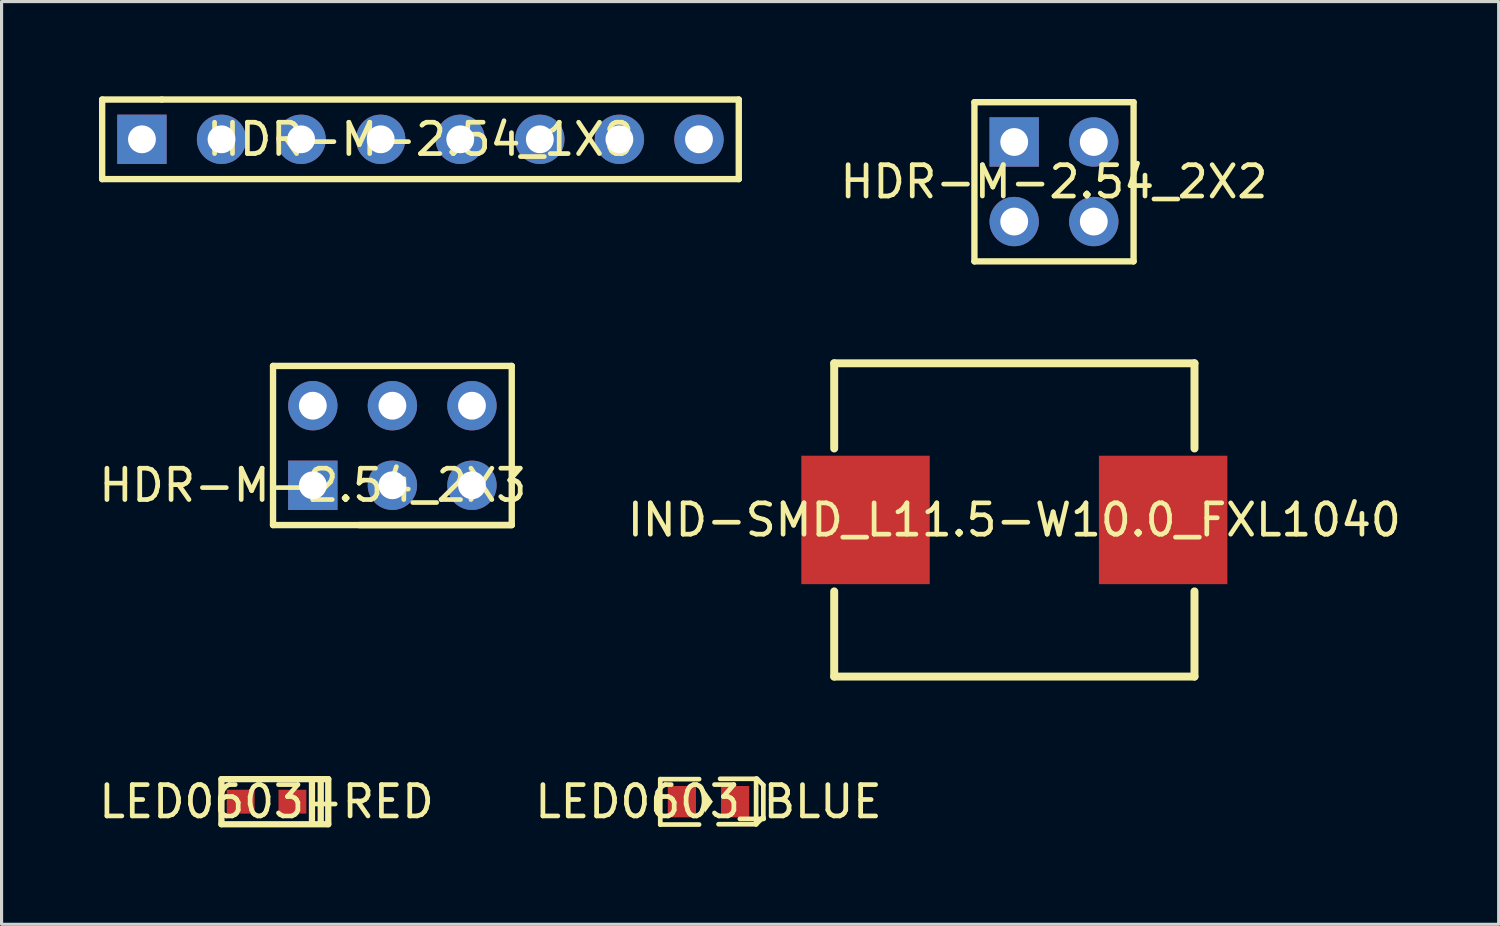
<source format=kicad_pcb>
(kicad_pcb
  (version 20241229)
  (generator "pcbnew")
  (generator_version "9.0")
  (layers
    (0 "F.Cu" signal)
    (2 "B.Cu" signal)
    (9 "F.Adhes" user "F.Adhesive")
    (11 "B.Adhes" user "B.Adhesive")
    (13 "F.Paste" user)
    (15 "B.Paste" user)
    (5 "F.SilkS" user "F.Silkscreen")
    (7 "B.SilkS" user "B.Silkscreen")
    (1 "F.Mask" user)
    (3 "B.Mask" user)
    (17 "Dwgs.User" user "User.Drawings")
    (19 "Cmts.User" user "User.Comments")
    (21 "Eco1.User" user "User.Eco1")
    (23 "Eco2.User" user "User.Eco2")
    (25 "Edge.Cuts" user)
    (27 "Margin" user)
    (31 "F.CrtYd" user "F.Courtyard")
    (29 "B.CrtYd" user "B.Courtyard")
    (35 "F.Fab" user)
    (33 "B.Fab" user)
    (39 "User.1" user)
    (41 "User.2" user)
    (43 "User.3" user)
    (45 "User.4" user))
  (footprint "IND-SMD_L11.5-W10.0_FXL1040"
    (layer "F.Cu")
    (at 29.327 13.546)
    (property "Reference" "IND-SMD_L11.5-W10.0_FXL1040" (at 0 0 0) (layer "F.SilkS") (effects (font (size 1 1) (thickness 0.15))))
    (fp_line (start -5.75 -5) (end -5.75 -2.281) (stroke (width 0.254) (type default)) (layer "F.SilkS"))
    (fp_line (start -5.75 -5) (end 5.75 -5) (stroke (width 0.254) (type default)) (layer "F.SilkS"))
    (fp_line (start -5.75 2.281) (end -5.75 5) (stroke (width 0.254) (type default)) (layer "F.SilkS"))
    (fp_line (start 5.75 -2.281) (end 5.75 -5) (stroke (width 0.254) (type default)) (layer "F.SilkS"))
    (fp_line (start 5.75 5) (end -5.75 5) (stroke (width 0.254) (type default)) (layer "F.SilkS"))
    (fp_line (start 5.75 5) (end 5.75 2.281) (stroke (width 0.254) (type default)) (layer "F.SilkS"))
    (fp_poly (pts (xy -5.75 1.5) (xy -5.75 -1.5) (xy -3.75 -1.5) (xy -3.75 1.5)) (stroke (width 0.1) (type default)) (fill no) (layer "User.1"))
    (fp_poly (pts (xy 3.75 1.5) (xy 3.75 -1.5) (xy 5.75 -1.5) (xy 5.75 1.5)) (stroke (width 0.1) (type default)) (fill no) (layer "User.1"))
    (fp_line (start -5.75 -5) (end 5.75 -5) (stroke (width 0.051) (type default)) (layer "User.2"))
    (fp_line (start -5.75 5) (end -5.75 -5) (stroke (width 0.051) (type default)) (layer "User.2"))
    (fp_line (start 5.75 -5) (end 5.75 5) (stroke (width 0.051) (type default)) (layer "User.2"))
    (fp_line (start 5.75 5) (end -5.75 5) (stroke (width 0.051) (type default)) (layer "User.2"))
    (fp_poly (pts (xy -5.65 5) (xy -5.669 4.941) (xy -5.719 4.905) (xy -5.781 4.905) (xy -5.831 4.941) (xy -5.85 5) (xy -5.831 5.059) (xy -5.781 5.095) (xy -5.719 5.095) (xy -5.669 5.059)) (stroke (width 0.1) (type default)) (fill no) (layer "User.3"))
    (pad "1" smd rect (at -4.75 0) (size 4.1 4.1) (layers "F.Cu" "F.Mask" "F.Paste"))
    (pad "2" smd rect (at 4.75 0) (size 4.1 4.1) (layers "F.Cu" "F.Mask" "F.Paste")))
  (footprint "LED0603-RED"
    (layer "F.Cu")
    (at 5.458 22.539)
    (property "Reference" "LED0603-RED" (at 0 0 0) (layer "F.SilkS") (effects (font (size 1 1) (thickness 0.15))))
    (fp_line (start -1.44 -0.72) (end 1.97 -0.72) (stroke (width 0.2) (type default)) (layer "F.SilkS"))
    (fp_line (start -1.44 0.72) (end -1.44 -0.72) (stroke (width 0.2) (type default)) (layer "F.SilkS"))
    (fp_line (start 1.45 -0.64) (end 1.45 0.69) (stroke (width 0.2) (type default)) (layer "F.SilkS"))
    (fp_line (start 1.73 -0.65) (end 1.73 0.68) (stroke (width 0.2) (type default)) (layer "F.SilkS"))
    (fp_line (start 1.97 -0.72) (end 1.97 0.72) (stroke (width 0.2) (type default)) (layer "F.SilkS"))
    (fp_line (start 1.97 0.72) (end -1.44 0.72) (stroke (width 0.2) (type default)) (layer "F.SilkS"))
    (pad "1" smd rect (at -0.826 0) (size 0.889 0.762) (layers "F.Cu" "F.Mask" "F.Paste"))
    (pad "2" smd rect (at 0.826 0) (size 0.889 0.762) (layers "F.Cu" "F.Mask" "F.Paste")))
  (footprint "LED0603_BLUE"
    (layer "F.Cu")
    (at 19.565 22.539)
    (property "Reference" "LED0603_BLUE" (at 0 0 0) (layer "F.SilkS") (effects (font (size 1 1) (thickness 0.15))))
    (fp_line (start -1.54 -0.72) (end -0.3 -0.72) (stroke (width 0.15) (type default)) (layer "F.SilkS"))
    (fp_line (start -1.54 0.73) (end -1.54 -0.72) (stroke (width 0.15) (type default)) (layer "F.SilkS"))
    (fp_line (start -0.3 0.73) (end -1.54 0.73) (stroke (width 0.15) (type default)) (layer "F.SilkS"))
    (fp_line (start 0.37 -0.73) (end 1.52 -0.73) (stroke (width 0.15) (type default)) (layer "F.SilkS"))
    (fp_line (start 1.52 -0.73) (end 1.52 0.72) (stroke (width 0.15) (type default)) (layer "F.SilkS"))
    (fp_line (start 1.52 -0.73) (end 1.55 -0.73) (stroke (width 0.15) (type default)) (layer "F.SilkS"))
    (fp_line (start 1.52 0.72) (end 0.32 0.72) (stroke (width 0.15) (type default)) (layer "F.SilkS"))
    (fp_line (start 1.55 -0.73) (end 1.75 -0.53) (stroke (width 0.15) (type default)) (layer "F.SilkS"))
    (fp_line (start 1.72 0.52) (end 1.52 0.72) (stroke (width 0.15) (type default)) (layer "F.SilkS"))
    (fp_line (start 1.75 -0.53) (end 1.75 0.49) (stroke (width 0.15) (type default)) (layer "F.SilkS"))
    (fp_line (start 1.75 0.49) (end 1.72 0.52) (stroke (width 0.15) (type default)) (layer "F.SilkS"))
    (fp_poly (pts (xy -0.11 -0.36) (xy -0.12 0.36) (xy 0.14 0)) (stroke (width 0) (type default)) (fill yes) (layer "F.SilkS"))
    (fp_poly (pts (xy -0.4 -0.5) (xy -0.4 0.5) (xy -1.3 0.5) (xy -1.3 -0.5)) (stroke (width 0.1) (type default)) (fill no) (layer "User.1"))
    (fp_poly (pts (xy 1.3 -0.5) (xy 1.3 0.5) (xy 0.4 0.5) (xy 0.4 -0.5)) (stroke (width 0.1) (type default)) (fill no) (layer "User.1"))
    (fp_line (start -1.615 -0.805) (end 1.825 -0.805) (stroke (width 0.051) (type default)) (layer "User.2"))
    (fp_line (start -1.615 0.805) (end -1.615 -0.805) (stroke (width 0.051) (type default)) (layer "User.2"))
    (fp_line (start 1.825 -0.805) (end 1.825 0.805) (stroke (width 0.051) (type default)) (layer "User.2"))
    (fp_line (start 1.825 0.805) (end -1.615 0.805) (stroke (width 0.051) (type default)) (layer "User.2"))
    (fp_poly (pts (xy -1.555 0.805) (xy -1.573 0.763) (xy -1.615 0.745) (xy -1.657 0.763) (xy -1.675 0.805) (xy -1.657 0.847) (xy -1.615 0.865) (xy -1.573 0.847)) (stroke (width 0.1) (type default)) (fill no) (layer "User.3"))
    (pad "1" smd rect (at -0.85 0 270) (size 1 0.9) (layers "F.Cu" "F.Mask" "F.Paste"))
    (pad "2" smd rect (at 0.85 0 270) (size 1 0.9) (layers "F.Cu" "F.Mask" "F.Paste")))
  (footprint "HDR-M-2.54_2X2"
    (layer "F.Cu")
    (at 30.593 2.752)
    (property "Reference" "HDR-M-2.54_2X2" (at 0 0 0) (layer "F.SilkS") (effects (font (size 1 1) (thickness 0.15))))
    (fp_line (start -2.54 -2.54) (end 2.54 -2.54) (stroke (width 0.203) (type default)) (layer "F.SilkS"))
    (fp_line (start -2.54 2.54) (end -2.54 -2.54) (stroke (width 0.203) (type default)) (layer "F.SilkS"))
    (fp_line (start 2.54 -2.54) (end 2.54 2.54) (stroke (width 0.203) (type default)) (layer "F.SilkS"))
    (fp_line (start 2.54 2.54) (end -2.54 2.54) (stroke (width 0.203) (type default)) (layer "F.SilkS"))
    (fp_poly (pts (xy -0.925 -1.27) (xy -0.946 -1.388) (xy -1.006 -1.491) (xy -1.098 -1.568) (xy -1.21 -1.609) (xy -1.33 -1.609) (xy -1.442 -1.568) (xy -1.534 -1.491) (xy -1.594 -1.388) (xy -1.615 -1.27) (xy -1.594 -1.152) (xy -1.534 -1.049) (xy -1.442 -0.972) (xy -1.33 -0.931) (xy -1.21 -0.931) (xy -1.098 -0.972) (xy -1.006 -1.049) (xy -0.946 -1.152)) (stroke (width 0.1) (type default)) (fill no) (layer "User.1"))
    (fp_poly (pts (xy -0.925 1.27) (xy -0.946 1.152) (xy -1.006 1.049) (xy -1.098 0.972) (xy -1.21 0.931) (xy -1.33 0.931) (xy -1.442 0.972) (xy -1.534 1.049) (xy -1.594 1.152) (xy -1.615 1.27) (xy -1.594 1.388) (xy -1.534 1.491) (xy -1.442 1.568) (xy -1.33 1.609) (xy -1.21 1.609) (xy -1.098 1.568) (xy -1.006 1.491) (xy -0.946 1.388)) (stroke (width 0.1) (type default)) (fill no) (layer "User.1"))
    (fp_poly (pts (xy 1.615 -1.27) (xy 1.594 -1.388) (xy 1.534 -1.491) (xy 1.442 -1.568) (xy 1.33 -1.609) (xy 1.21 -1.609) (xy 1.098 -1.568) (xy 1.006 -1.491) (xy 0.946 -1.388) (xy 0.925 -1.27) (xy 0.946 -1.152) (xy 1.006 -1.049) (xy 1.098 -0.972) (xy 1.21 -0.931) (xy 1.33 -0.931) (xy 1.442 -0.972) (xy 1.534 -1.049) (xy 1.594 -1.152)) (stroke (width 0.1) (type default)) (fill no) (layer "User.1"))
    (fp_poly (pts (xy 1.615 1.27) (xy 1.594 1.152) (xy 1.534 1.049) (xy 1.442 0.972) (xy 1.33 0.931) (xy 1.21 0.931) (xy 1.098 0.972) (xy 1.006 1.049) (xy 0.946 1.152) (xy 0.925 1.27) (xy 0.946 1.388) (xy 1.006 1.491) (xy 1.098 1.568) (xy 1.21 1.609) (xy 1.33 1.609) (xy 1.442 1.568) (xy 1.534 1.491) (xy 1.594 1.388)) (stroke (width 0.1) (type default)) (fill no) (layer "User.1"))
    (fp_line (start -2.642 -2.642) (end 2.642 -2.642) (stroke (width 0.051) (type default)) (layer "User.2"))
    (fp_line (start -2.642 2.642) (end -2.642 -2.642) (stroke (width 0.051) (type default)) (layer "User.2"))
    (fp_line (start 2.642 -2.642) (end 2.642 2.642) (stroke (width 0.051) (type default)) (layer "User.2"))
    (fp_line (start 2.642 2.642) (end -2.642 2.642) (stroke (width 0.051) (type default)) (layer "User.2"))
    (fp_poly (pts (xy -2.582 -2.642) (xy -2.599 -2.684) (xy -2.642 -2.701) (xy -2.684 -2.684) (xy -2.701 -2.642) (xy -2.684 -2.599) (xy -2.642 -2.582) (xy -2.599 -2.599)) (stroke (width 0.1) (type default)) (fill no) (layer "User.3"))
    (pad "1" thru_hole rect (at -1.27 -1.27 270) (size 1.575 1.575) (drill 0.889) (layers "*.Cu" "*.Mask"))
    (pad "2" thru_hole circle (at 1.27 -1.27 270) (size 1.575 1.575) (drill 0.889) (layers "*.Cu" "*.Mask"))
    (pad "3" thru_hole circle (at -1.27 1.27 270) (size 1.575 1.575) (drill 0.889) (layers "*.Cu" "*.Mask"))
    (pad "4" thru_hole circle (at 1.27 1.27 270) (size 1.575 1.575) (drill 0.889) (layers "*.Cu" "*.Mask")))
  (footprint "HDR-M-2.54_1X8"
    (layer "F.Cu")
    (at 10.371 1.397)
    (property "Reference" "HDR-M-2.54_1X8" (at 0 0 0) (layer "F.SilkS") (effects (font (size 1 1) (thickness 0.15))))
    (fp_line (start -10.16 -1.27) (end -8.255 -1.27) (stroke (width 0.203) (type default)) (layer "F.SilkS"))
    (fp_line (start -10.16 1.27) (end -10.16 -1.27) (stroke (width 0.203) (type default)) (layer "F.SilkS"))
    (fp_line (start 10.16 -1.27) (end -8.255 -1.27) (stroke (width 0.203) (type default)) (layer "F.SilkS"))
    (fp_line (start 10.16 -1.27) (end 10.16 1.27) (stroke (width 0.203) (type default)) (layer "F.SilkS"))
    (fp_line (start 10.16 1.27) (end -10.16 1.27) (stroke (width 0.203) (type default)) (layer "F.SilkS"))
    (fp_poly (pts (xy -8.546 0) (xy -8.566 -0.118) (xy -8.626 -0.221) (xy -8.718 -0.298) (xy -8.83 -0.339) (xy -8.95 -0.339) (xy -9.062 -0.298) (xy -9.154 -0.221) (xy -9.214 -0.118) (xy -9.235 0) (xy -9.214 0.118) (xy -9.154 0.221) (xy -9.062 0.298) (xy -8.95 0.339) (xy -8.83 0.339) (xy -8.718 0.298) (xy -8.626 0.221) (xy -8.566 0.118)) (stroke (width 0.1) (type default)) (fill no) (layer "User.1"))
    (fp_poly (pts (xy -6.005 0) (xy -6.026 -0.118) (xy -6.086 -0.221) (xy -6.178 -0.298) (xy -6.29 -0.339) (xy -6.41 -0.339) (xy -6.522 -0.298) (xy -6.614 -0.221) (xy -6.674 -0.118) (xy -6.694 0) (xy -6.674 0.118) (xy -6.614 0.221) (xy -6.522 0.298) (xy -6.41 0.339) (xy -6.29 0.339) (xy -6.178 0.298) (xy -6.086 0.221) (xy -6.026 0.118)) (stroke (width 0.1) (type default)) (fill no) (layer "User.1"))
    (fp_poly (pts (xy -3.466 0) (xy -3.486 -0.118) (xy -3.546 -0.221) (xy -3.638 -0.298) (xy -3.75 -0.339) (xy -3.87 -0.339) (xy -3.982 -0.298) (xy -4.074 -0.221) (xy -4.134 -0.118) (xy -4.154 0) (xy -4.134 0.118) (xy -4.074 0.221) (xy -3.982 0.298) (xy -3.87 0.339) (xy -3.75 0.339) (xy -3.638 0.298) (xy -3.546 0.221) (xy -3.486 0.118)) (stroke (width 0.1) (type default)) (fill no) (layer "User.1"))
    (fp_poly (pts (xy -0.925 0) (xy -0.946 -0.118) (xy -1.006 -0.221) (xy -1.098 -0.298) (xy -1.21 -0.339) (xy -1.33 -0.339) (xy -1.442 -0.298) (xy -1.534 -0.221) (xy -1.594 -0.118) (xy -1.615 0) (xy -1.594 0.118) (xy -1.534 0.221) (xy -1.442 0.298) (xy -1.33 0.339) (xy -1.21 0.339) (xy -1.098 0.298) (xy -1.006 0.221) (xy -0.946 0.118)) (stroke (width 0.1) (type default)) (fill no) (layer "User.1"))
    (fp_poly (pts (xy 1.615 0) (xy 1.594 -0.118) (xy 1.534 -0.221) (xy 1.442 -0.298) (xy 1.33 -0.339) (xy 1.21 -0.339) (xy 1.098 -0.298) (xy 1.006 -0.221) (xy 0.946 -0.118) (xy 0.925 0) (xy 0.946 0.118) (xy 1.006 0.221) (xy 1.098 0.298) (xy 1.21 0.339) (xy 1.33 0.339) (xy 1.442 0.298) (xy 1.534 0.221) (xy 1.594 0.118)) (stroke (width 0.1) (type default)) (fill no) (layer "User.1"))
    (fp_poly (pts (xy 4.154 0) (xy 4.134 -0.118) (xy 4.074 -0.221) (xy 3.982 -0.298) (xy 3.87 -0.339) (xy 3.75 -0.339) (xy 3.638 -0.298) (xy 3.546 -0.221) (xy 3.486 -0.118) (xy 3.466 0) (xy 3.486 0.118) (xy 3.546 0.221) (xy 3.638 0.298) (xy 3.75 0.339) (xy 3.87 0.339) (xy 3.982 0.298) (xy 4.074 0.221) (xy 4.134 0.118)) (stroke (width 0.1) (type default)) (fill no) (layer "User.1"))
    (fp_poly (pts (xy 6.694 0) (xy 6.674 -0.118) (xy 6.614 -0.221) (xy 6.522 -0.298) (xy 6.41 -0.339) (xy 6.29 -0.339) (xy 6.178 -0.298) (xy 6.086 -0.221) (xy 6.026 -0.118) (xy 6.005 0) (xy 6.026 0.118) (xy 6.086 0.221) (xy 6.178 0.298) (xy 6.29 0.339) (xy 6.41 0.339) (xy 6.522 0.298) (xy 6.614 0.221) (xy 6.674 0.118)) (stroke (width 0.1) (type default)) (fill no) (layer "User.1"))
    (fp_poly (pts (xy 9.235 0) (xy 9.214 -0.118) (xy 9.154 -0.221) (xy 9.062 -0.298) (xy 8.95 -0.339) (xy 8.83 -0.339) (xy 8.718 -0.298) (xy 8.626 -0.221) (xy 8.566 -0.118) (xy 8.546 0) (xy 8.566 0.118) (xy 8.626 0.221) (xy 8.718 0.298) (xy 8.83 0.339) (xy 8.95 0.339) (xy 9.062 0.298) (xy 9.154 0.221) (xy 9.214 0.118)) (stroke (width 0.1) (type default)) (fill no) (layer "User.1"))
    (fp_line (start -10.261 -1.371) (end 10.261 -1.371) (stroke (width 0.051) (type default)) (layer "User.2"))
    (fp_line (start -10.261 1.371) (end -10.261 -1.371) (stroke (width 0.051) (type default)) (layer "User.2"))
    (fp_line (start 10.261 -1.371) (end 10.261 1.371) (stroke (width 0.051) (type default)) (layer "User.2"))
    (fp_line (start 10.261 1.371) (end -10.261 1.371) (stroke (width 0.051) (type default)) (layer "User.2"))
    (fp_poly (pts (xy -10.201 1.371) (xy -10.219 1.329) (xy -10.261 1.312) (xy -10.304 1.329) (xy -10.322 1.371) (xy -10.304 1.414) (xy -10.261 1.431) (xy -10.219 1.414)) (stroke (width 0.1) (type default)) (fill no) (layer "User.3"))
    (pad "1" thru_hole rect (at -8.89 0) (size 1.575 1.575) (drill 0.889) (layers "*.Cu" "*.Mask"))
    (pad "2" thru_hole circle (at -6.35 0) (size 1.575 1.575) (drill 0.889) (layers "*.Cu" "*.Mask"))
    (pad "3" thru_hole circle (at -3.81 0) (size 1.575 1.575) (drill 0.889) (layers "*.Cu" "*.Mask"))
    (pad "4" thru_hole circle (at -1.27 0) (size 1.575 1.575) (drill 0.889) (layers "*.Cu" "*.Mask"))
    (pad "5" thru_hole circle (at 1.27 0) (size 1.575 1.575) (drill 0.889) (layers "*.Cu" "*.Mask"))
    (pad "6" thru_hole circle (at 3.81 0) (size 1.575 1.575) (drill 0.889) (layers "*.Cu" "*.Mask"))
    (pad "7" thru_hole circle (at 6.35 0) (size 1.575 1.575) (drill 0.889) (layers "*.Cu" "*.Mask"))
    (pad "8" thru_hole circle (at 8.89 0) (size 1.575 1.575) (drill 0.889) (layers "*.Cu" "*.Mask")))
  (footprint "HDR-M-2.54_2X3"
    (layer "F.Cu")
    (at 6.935 12.44)
    (property "Reference" "HDR-M-2.54_2X3" (at 0 0 0) (layer "F.SilkS") (effects (font (size 1 1) (thickness 0.15))))
    (fp_line (start -1.27 -3.81) (end -1.27 1.27) (stroke (width 0.203) (type default)) (layer "F.SilkS"))
    (fp_line (start -1.27 1.27) (end 6.35 1.27) (stroke (width 0.203) (type default)) (layer "F.SilkS"))
    (fp_line (start 6.35 -3.81) (end -1.27 -3.81) (stroke (width 0.203) (type default)) (layer "F.SilkS"))
    (fp_line (start 6.35 1.27) (end 1.482 1.27) (stroke (width 0.203) (type default)) (layer "F.SilkS"))
    (fp_line (start 6.35 1.27) (end 6.35 -3.81) (stroke (width 0.203) (type default)) (layer "F.SilkS"))
    (fp_poly (pts (xy 0.344 -2.54) (xy 0.324 -2.658) (xy 0.264 -2.761) (xy 0.172 -2.838) (xy 0.06 -2.879) (xy -0.06 -2.879) (xy -0.172 -2.838) (xy -0.264 -2.761) (xy -0.324 -2.658) (xy -0.344 -2.54) (xy -0.324 -2.422) (xy -0.264 -2.319) (xy -0.172 -2.242) (xy -0.06 -2.201) (xy 0.06 -2.201) (xy 0.172 -2.242) (xy 0.264 -2.319) (xy 0.324 -2.422)) (stroke (width 0.1) (type default)) (fill no) (layer "User.1"))
    (fp_poly (pts (xy 0.344 0) (xy 0.324 -0.118) (xy 0.264 -0.221) (xy 0.172 -0.298) (xy 0.06 -0.339) (xy -0.06 -0.339) (xy -0.172 -0.298) (xy -0.264 -0.221) (xy -0.324 -0.118) (xy -0.344 0) (xy -0.324 0.118) (xy -0.264 0.221) (xy -0.172 0.298) (xy -0.06 0.339) (xy 0.06 0.339) (xy 0.172 0.298) (xy 0.264 0.221) (xy 0.324 0.118)) (stroke (width 0.1) (type default)) (fill no) (layer "User.1"))
    (fp_poly (pts (xy 2.885 -2.54) (xy 2.864 -2.658) (xy 2.804 -2.761) (xy 2.712 -2.838) (xy 2.6 -2.879) (xy 2.48 -2.879) (xy 2.368 -2.838) (xy 2.276 -2.761) (xy 2.216 -2.658) (xy 2.196 -2.54) (xy 2.216 -2.422) (xy 2.276 -2.319) (xy 2.368 -2.242) (xy 2.48 -2.201) (xy 2.6 -2.201) (xy 2.712 -2.242) (xy 2.804 -2.319) (xy 2.864 -2.422)) (stroke (width 0.1) (type default)) (fill no) (layer "User.1"))
    (fp_poly (pts (xy 2.885 0) (xy 2.864 -0.118) (xy 2.804 -0.221) (xy 2.712 -0.298) (xy 2.6 -0.339) (xy 2.48 -0.339) (xy 2.368 -0.298) (xy 2.276 -0.221) (xy 2.216 -0.118) (xy 2.196 0) (xy 2.216 0.118) (xy 2.276 0.221) (xy 2.368 0.298) (xy 2.48 0.339) (xy 2.6 0.339) (xy 2.712 0.298) (xy 2.804 0.221) (xy 2.864 0.118)) (stroke (width 0.1) (type default)) (fill no) (layer "User.1"))
    (fp_poly (pts (xy 5.425 -2.54) (xy 5.404 -2.658) (xy 5.344 -2.761) (xy 5.252 -2.838) (xy 5.14 -2.879) (xy 5.02 -2.879) (xy 4.908 -2.838) (xy 4.816 -2.761) (xy 4.756 -2.658) (xy 4.736 -2.54) (xy 4.756 -2.422) (xy 4.816 -2.319) (xy 4.908 -2.242) (xy 5.02 -2.201) (xy 5.14 -2.201) (xy 5.252 -2.242) (xy 5.344 -2.319) (xy 5.404 -2.422)) (stroke (width 0.1) (type default)) (fill no) (layer "User.1"))
    (fp_poly (pts (xy 5.425 0) (xy 5.404 -0.118) (xy 5.344 -0.221) (xy 5.252 -0.298) (xy 5.14 -0.339) (xy 5.02 -0.339) (xy 4.908 -0.298) (xy 4.816 -0.221) (xy 4.756 -0.118) (xy 4.736 0) (xy 4.756 0.118) (xy 4.816 0.221) (xy 4.908 0.298) (xy 5.02 0.339) (xy 5.14 0.339) (xy 5.252 0.298) (xy 5.344 0.221) (xy 5.404 0.118)) (stroke (width 0.1) (type default)) (fill no) (layer "User.1"))
    (fp_line (start -1.371 -3.912) (end 6.452 -3.912) (stroke (width 0.051) (type default)) (layer "User.2"))
    (fp_line (start -1.371 1.371) (end -1.371 -3.912) (stroke (width 0.051) (type default)) (layer "User.2"))
    (fp_line (start 6.452 -3.912) (end 6.452 1.371) (stroke (width 0.051) (type default)) (layer "User.2"))
    (fp_line (start 6.452 1.371) (end -1.371 1.371) (stroke (width 0.051) (type default)) (layer "User.2"))
    (fp_poly (pts (xy 6.511 -3.912) (xy 6.494 -3.954) (xy 6.452 -3.971) (xy 6.409 -3.954) (xy 6.391 -3.912) (xy 6.409 -3.869) (xy 6.452 -3.852) (xy 6.494 -3.869)) (stroke (width 0.1) (type default)) (fill no) (layer "User.3"))
    (pad "1" thru_hole rect (at 0 0) (size 1.575 1.575) (drill 0.889) (layers "*.Cu" "*.Mask"))
    (pad "2" thru_hole circle (at 0 -2.54) (size 1.575 1.575) (drill 0.889) (layers "*.Cu" "*.Mask"))
    (pad "3" thru_hole circle (at 2.54 0) (size 1.575 1.575) (drill 0.889) (layers "*.Cu" "*.Mask"))
    (pad "4" thru_hole circle (at 2.54 -2.54) (size 1.575 1.575) (drill 0.889) (layers "*.Cu" "*.Mask"))
    (pad "5" thru_hole circle (at 5.08 0) (size 1.575 1.575) (drill 0.889) (layers "*.Cu" "*.Mask"))
    (pad "6" thru_hole circle (at 5.08 -2.54) (size 1.575 1.575) (drill 0.889) (layers "*.Cu" "*.Mask")))
  (gr_rect
    (start -3 -3)
    (end 44.786 26.454)
    (stroke (width 0.1) (type default))
    (fill no)
    (layer "Edge.Cuts")))
</source>
